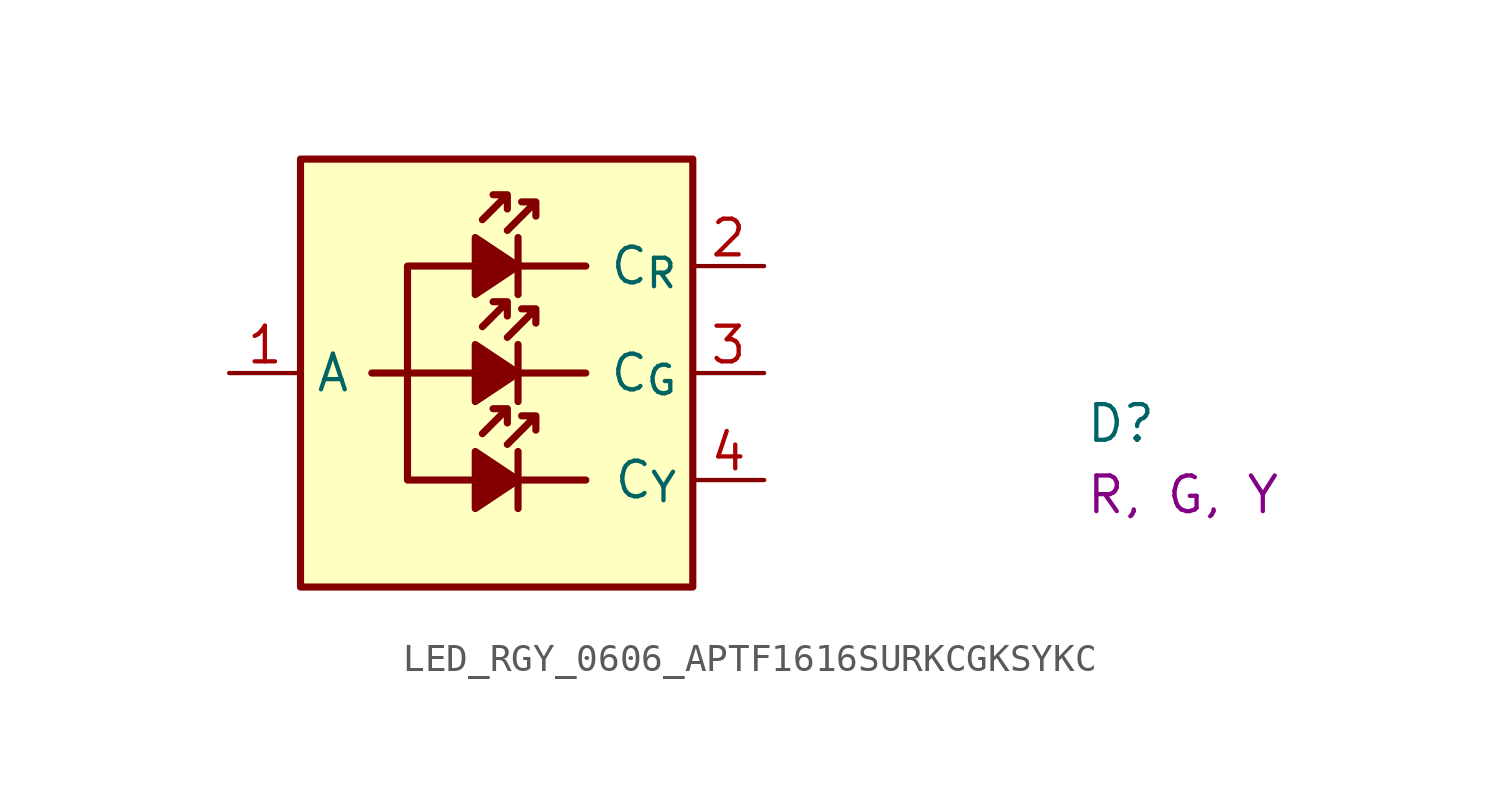
<source format=kicad_sym>
(kicad_symbol_lib
  (version 20220914)
  (generator kicad_symbol_editor)
  (symbol "LED_RGY_0606_APTF1616SURKCGKSYKC"
    (property "Reference" "D"
      (at 30.48 -2.54 0)
      (effects (font (size 1.27 1.27) (thickness 0.15)) (justify left bottom)))
    (property "Color" "R, G, Y"
      (at 30.48 -5.08 0)
      (effects (font (size 1.27 1.27)) (justify left bottom)))
    (symbol "LED_RGY_0606_APTF1616SURKCGKSYKC_1_1"
      (polyline (pts (xy 6.35 0) (xy 5.08 0)) (stroke (width 0.254) (type default)) (fill (type none)))
      (polyline (pts (xy 10.287 -2.794) (xy 10.287 -4.826)) (stroke (width 0.254) (type default)) (fill (type none)))
      (polyline (pts (xy 10.287 1.016) (xy 10.287 -1.016)) (stroke (width 0.254) (type default)) (fill (type none)))
      (polyline (pts (xy 10.287 4.826) (xy 10.287 2.794)) (stroke (width 0.254) (type default)) (fill (type none)))
      (polyline (pts (xy 12.7 -3.81) (xy 10.16 -3.81)) (stroke (width 0.254) (type default)) (fill (type none)))
      (polyline (pts (xy 12.7 0) (xy 10.16 0)) (stroke (width 0.254) (type default)) (fill (type none)))
      (polyline (pts (xy 12.7 3.81) (xy 10.16 3.81)) (stroke (width 0.254) (type default)) (fill (type none)))
      (polyline (pts (xy 6.35 0) (xy 6.35 -3.81) (xy 8.89 -3.81)) (stroke (width 0.254) (type default)) (fill (type none)))
      (polyline (pts (xy 8.763 -2.794) (xy 8.763 -4.826) (xy 10.287 -3.81) (xy 8.763 -2.794)) (stroke (width 0.254) (type default)) (fill (type outline)))
      (polyline (pts (xy 8.763 1.016) (xy 8.763 -1.016) (xy 10.287 0) (xy 8.763 1.016)) (stroke (width 0.254) (type default)) (fill (type outline)))
      (polyline (pts (xy 8.763 4.826) (xy 8.763 2.794) (xy 10.287 3.81) (xy 8.763 4.826)) (stroke (width 0.254) (type default)) (fill (type outline)))
      (polyline (pts (xy 8.89 0) (xy 6.35 0) (xy 6.35 3.81) (xy 8.89 3.81)) (stroke (width 0.254) (type default)) (fill (type none)))
      (polyline (pts (xy 9.906 -1.27) (xy 9.906 -1.778) (xy 9.906 -1.27) (xy 9.398 -1.27) (xy 9.906 -1.27) (xy 9.017 -2.159)) (stroke (width 0.254) (type default)) (fill (type none)))
      (polyline (pts (xy 9.906 2.54) (xy 9.906 2.032) (xy 9.906 2.54) (xy 9.398 2.54) (xy 9.906 2.54) (xy 9.017 1.651)) (stroke (width 0.254) (type default)) (fill (type none)))
      (polyline (pts (xy 9.906 6.35) (xy 9.906 5.842) (xy 9.906 6.35) (xy 9.398 6.35) (xy 9.906 6.35) (xy 9.017 5.461)) (stroke (width 0.254) (type default)) (fill (type none)))
      (polyline (pts (xy 10.922 -1.524) (xy 10.922 -2.032) (xy 10.922 -1.524) (xy 10.414 -1.524) (xy 10.922 -1.524) (xy 9.906 -2.54)) (stroke (width 0.254) (type default)) (fill (type none)))
      (polyline (pts (xy 10.922 2.286) (xy 10.922 1.778) (xy 10.922 2.286) (xy 10.414 2.286) (xy 10.922 2.286) (xy 9.906 1.27)) (stroke (width 0.254) (type default)) (fill (type none)))
      (polyline (pts (xy 10.922 6.096) (xy 10.922 5.588) (xy 10.922 6.096) (xy 10.414 6.096) (xy 10.922 6.096) (xy 9.906 5.08)) (stroke (width 0.254) (type default)) (fill (type none)))
      (rectangle (start 2.54 7.62) (end 16.51 -7.62) (stroke (width 0.254) (type default)) (fill (type background)))
      (pin passive line (at 0 0 0) (length 2.54) (name "A" (effects (font (size 1.27 1.27)))) (number "1" (effects (font (size 1.27 1.27)))))
      (pin passive line (at 19.05 3.81 180) (length 2.54) (name "C_{R}" (effects (font (size 1.27 1.27)))) (number "2" (effects (font (size 1.27 1.27)))))
      (pin passive line (at 19.05 0 180) (length 2.54) (name "C_{G}" (effects (font (size 1.27 1.27)))) (number "3" (effects (font (size 1.27 1.27)))))
      (pin passive line (at 19.05 -3.81 180) (length 2.54) (name "C_{Y}" (effects (font (size 1.27 1.27)))) (number "4" (effects (font (size 1.27 1.27))))))))
</source>
